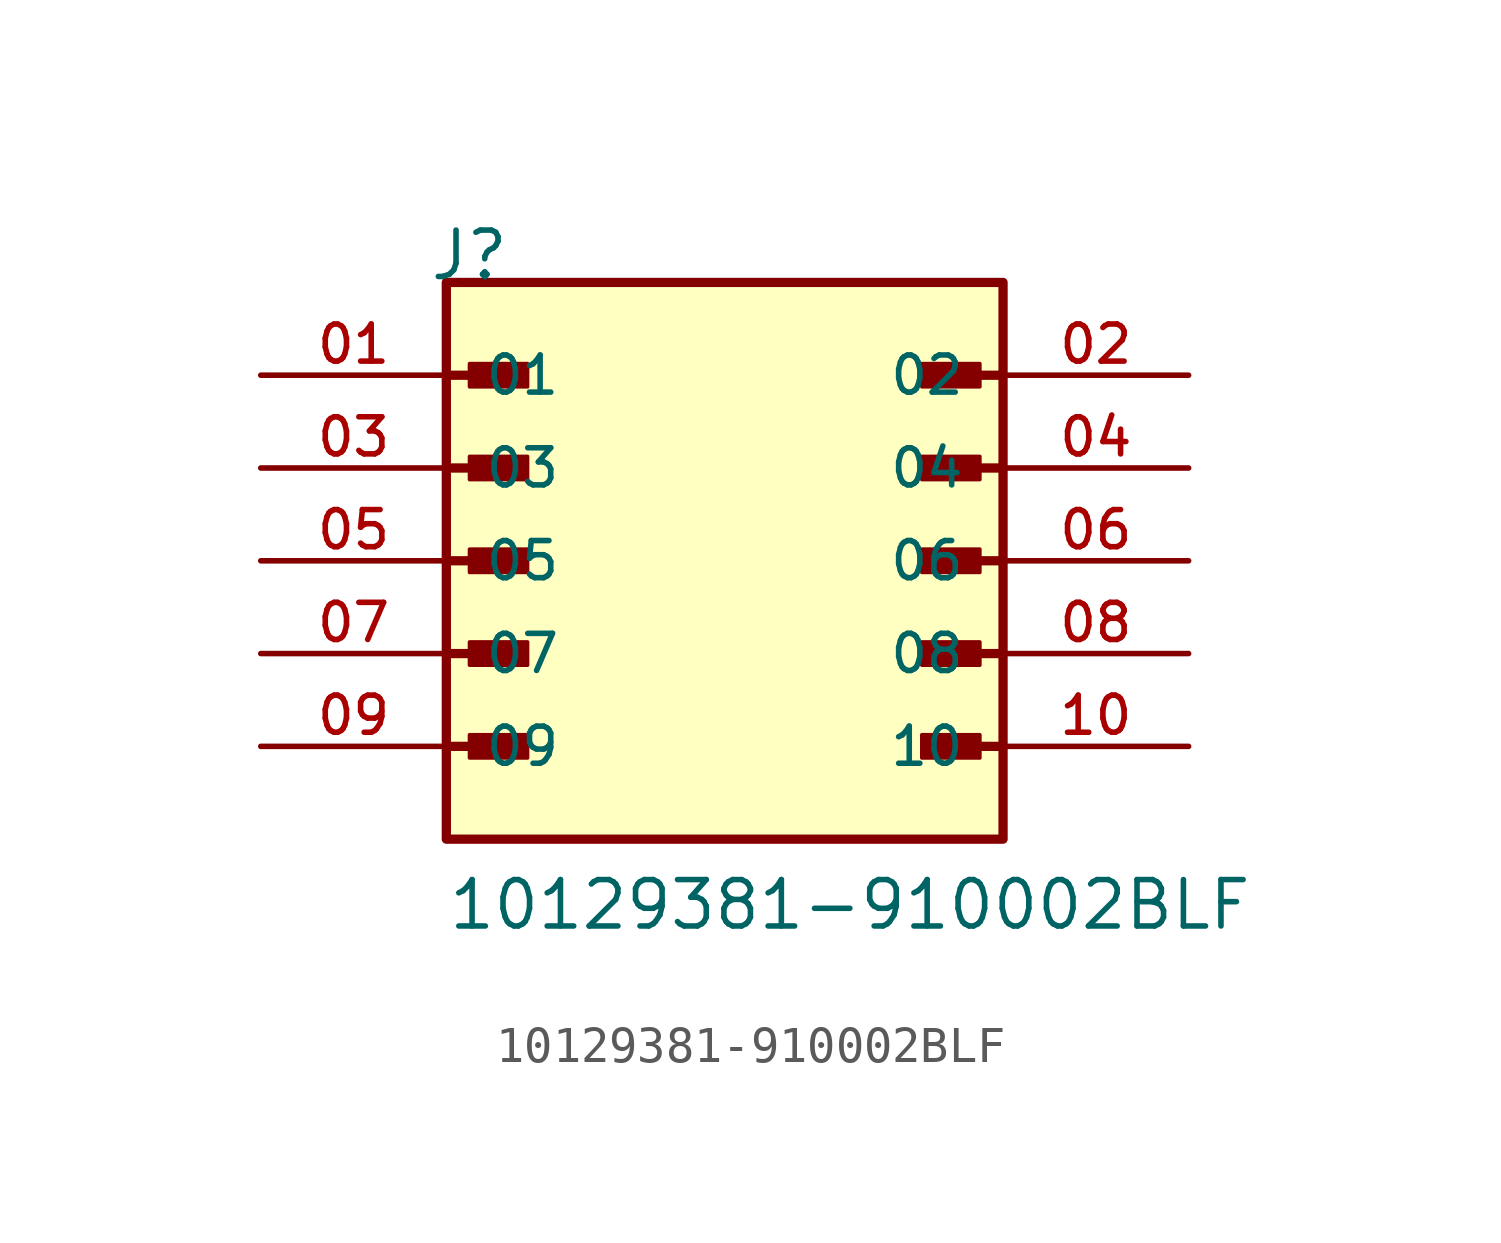
<source format=kicad_sym>
(kicad_symbol_lib
  (version 20211014)
  (generator kicad_symbol_editor)
  (symbol "10129381-910002BLF"
    (pin_names
      (offset 1.016))
    (property "Reference" "J"
      (at -8.12 7.62 0)
      (effects (font (size 1.27 1.27)) (justify bottom left)))
    (property "Value" "10129381-910002BLF"
      (at -7.62 -10.16 0)
      (effects (font (size 1.27 1.27)) (justify bottom left)))
    (symbol "10129381-910002BLF_0_0"
      (polyline (pts (xy -7.62 5.08) (xy -5.715 5.08)) (stroke (width 0.254)))
      (rectangle (start -6.985 4.763) (end -5.397 5.397) (stroke (width 0.1)) (fill (type outline)))
      (polyline (pts (xy 7.62 5.08) (xy 5.715 5.08)) (stroke (width 0.254)))
      (rectangle (start 6.985 4.763) (end 5.397 5.397) (stroke (width 0.1)) (fill (type outline)))
      (polyline (pts (xy -7.62 2.54) (xy -5.715 2.54)) (stroke (width 0.254)))
      (rectangle (start -6.985 2.223) (end -5.397 2.857) (stroke (width 0.1)) (fill (type outline)))
      (polyline (pts (xy 7.62 2.54) (xy 5.715 2.54)) (stroke (width 0.254)))
      (rectangle (start 6.985 2.223) (end 5.397 2.857) (stroke (width 0.1)) (fill (type outline)))
      (polyline (pts (xy -7.62 0.0) (xy -5.715 0.0)) (stroke (width 0.254)))
      (rectangle (start -6.985 -0.318) (end -5.397 0.318) (stroke (width 0.1)) (fill (type outline)))
      (polyline (pts (xy 7.62 0.0) (xy 5.715 0.0)) (stroke (width 0.254)))
      (rectangle (start 6.985 -0.318) (end 5.397 0.318) (stroke (width 0.1)) (fill (type outline)))
      (polyline (pts (xy -7.62 -2.54) (xy -5.715 -2.54)) (stroke (width 0.254)))
      (rectangle (start -6.985 -2.857) (end -5.397 -2.223) (stroke (width 0.1)) (fill (type outline)))
      (polyline (pts (xy 7.62 -2.54) (xy 5.715 -2.54)) (stroke (width 0.254)))
      (rectangle (start 6.985 -2.857) (end 5.397 -2.223) (stroke (width 0.1)) (fill (type outline)))
      (polyline (pts (xy -7.62 -5.08) (xy -5.715 -5.08)) (stroke (width 0.254)))
      (rectangle (start -6.985 -5.397) (end -5.397 -4.763) (stroke (width 0.1)) (fill (type outline)))
      (polyline (pts (xy 7.62 -5.08) (xy 5.715 -5.08)) (stroke (width 0.254)))
      (rectangle (start 6.985 -5.397) (end 5.397 -4.763) (stroke (width 0.1)) (fill (type outline)))
      (rectangle (start -7.62 -7.62) (end 7.62 7.62) (stroke (width 0.254)) (fill (type background)))
      (pin passive line (at -12.7 5.08 0) (length 5.08) (name "01" (effects (font (size 1.016 1.016)))) (number "01" (effects (font (size 1.016 1.016)))))
      (pin passive line (at 12.7 5.08 180.0) (length 5.08) (name "02" (effects (font (size 1.016 1.016)))) (number "02" (effects (font (size 1.016 1.016)))))
      (pin passive line (at -12.7 2.54 0) (length 5.08) (name "03" (effects (font (size 1.016 1.016)))) (number "03" (effects (font (size 1.016 1.016)))))
      (pin passive line (at 12.7 2.54 180.0) (length 5.08) (name "04" (effects (font (size 1.016 1.016)))) (number "04" (effects (font (size 1.016 1.016)))))
      (pin passive line (at -12.7 0.0 0) (length 5.08) (name "05" (effects (font (size 1.016 1.016)))) (number "05" (effects (font (size 1.016 1.016)))))
      (pin passive line (at 12.7 0.0 180.0) (length 5.08) (name "06" (effects (font (size 1.016 1.016)))) (number "06" (effects (font (size 1.016 1.016)))))
      (pin passive line (at -12.7 -2.54 0) (length 5.08) (name "07" (effects (font (size 1.016 1.016)))) (number "07" (effects (font (size 1.016 1.016)))))
      (pin passive line (at 12.7 -2.54 180.0) (length 5.08) (name "08" (effects (font (size 1.016 1.016)))) (number "08" (effects (font (size 1.016 1.016)))))
      (pin passive line (at -12.7 -5.08 0) (length 5.08) (name "09" (effects (font (size 1.016 1.016)))) (number "09" (effects (font (size 1.016 1.016)))))
      (pin passive line (at 12.7 -5.08 180.0) (length 5.08) (name "10" (effects (font (size 1.016 1.016)))) (number "10" (effects (font (size 1.016 1.016))))))))
</source>
